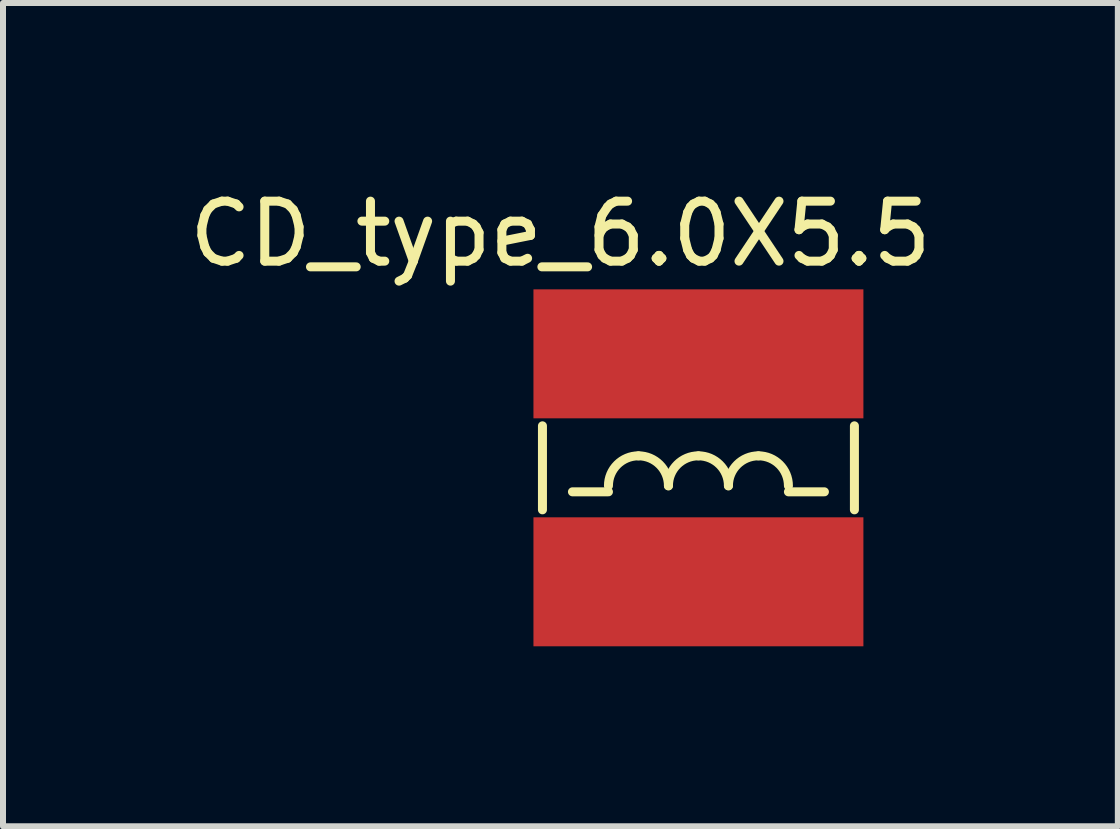
<source format=kicad_pcb>
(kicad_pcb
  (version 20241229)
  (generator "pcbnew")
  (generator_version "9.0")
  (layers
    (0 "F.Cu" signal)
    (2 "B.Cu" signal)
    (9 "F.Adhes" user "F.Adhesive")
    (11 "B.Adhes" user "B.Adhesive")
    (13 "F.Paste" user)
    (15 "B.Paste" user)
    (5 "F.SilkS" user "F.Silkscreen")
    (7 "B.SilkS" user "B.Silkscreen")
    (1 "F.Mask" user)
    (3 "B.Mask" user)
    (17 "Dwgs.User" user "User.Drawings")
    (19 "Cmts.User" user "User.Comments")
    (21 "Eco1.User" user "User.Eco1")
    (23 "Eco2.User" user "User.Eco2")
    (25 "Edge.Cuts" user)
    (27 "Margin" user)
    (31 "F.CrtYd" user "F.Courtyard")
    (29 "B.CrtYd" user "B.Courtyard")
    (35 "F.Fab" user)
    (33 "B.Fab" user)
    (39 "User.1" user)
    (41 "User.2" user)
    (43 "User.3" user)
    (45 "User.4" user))
  (footprint "CD_type_6.0X5.5"
    (layer "F.Cu")
    (at 8.592 4.748)
    (property "Reference" "CD_type_6.0X5.5" (at -2.3 -3.9 0) (layer "F.SilkS") (effects (font (size 1 1) (thickness 0.15))))
    (attr through_hole)
    (fp_line (start -2.6 -0.7) (end -2.6 0.7) (stroke (width 0.15) (type solid)) (layer "F.SilkS"))
    (fp_line (start -2.1 0.4) (end -1.5 0.4) (stroke (width 0.15) (type solid)) (layer "F.SilkS"))
    (fp_line (start 1.5 0.4) (end 2.1 0.4) (stroke (width 0.15) (type solid)) (layer "F.SilkS"))
    (fp_line (start 2.6 -0.7) (end 2.6 0.7) (stroke (width 0.15) (type solid)) (layer "F.SilkS"))
    (fp_arc (start -1.5 0.3) (mid -1.353553 -0.053553) (end -1 -0.2) (stroke (width 0.15) (type solid)) (layer "F.SilkS"))
    (fp_arc (start -1 -0.2) (mid -0.646447 -0.053553) (end -0.5 0.3) (stroke (width 0.15) (type solid)) (layer "F.SilkS"))
    (fp_arc (start -0.5 0.3) (mid -0.353553 -0.053553) (end 0 -0.2) (stroke (width 0.15) (type solid)) (layer "F.SilkS"))
    (fp_arc (start 0 -0.2) (mid 0.353553 -0.053553) (end 0.5 0.3) (stroke (width 0.15) (type solid)) (layer "F.SilkS"))
    (fp_arc (start 0.5 0.3) (mid 0.646447 -0.053553) (end 1 -0.2) (stroke (width 0.15) (type solid)) (layer "F.SilkS"))
    (fp_arc (start 1 -0.2) (mid 1.353553 -0.053553) (end 1.5 0.3) (stroke (width 0.15) (type solid)) (layer "F.SilkS"))
    (pad "1" smd rect (at 0 -1.9) (size 5.5 2.15) (layers "F.Cu" "F.Mask" "F.Paste"))
    (pad "2" smd rect (at 0 1.9) (size 5.5 2.15) (layers "F.Cu" "F.Mask" "F.Paste")))
  (gr_rect
    (start -3 -3)
    (end 15.583 10.723)
    (stroke (width 0.1) (type default))
    (fill no)
    (layer "Edge.Cuts")))
</source>
